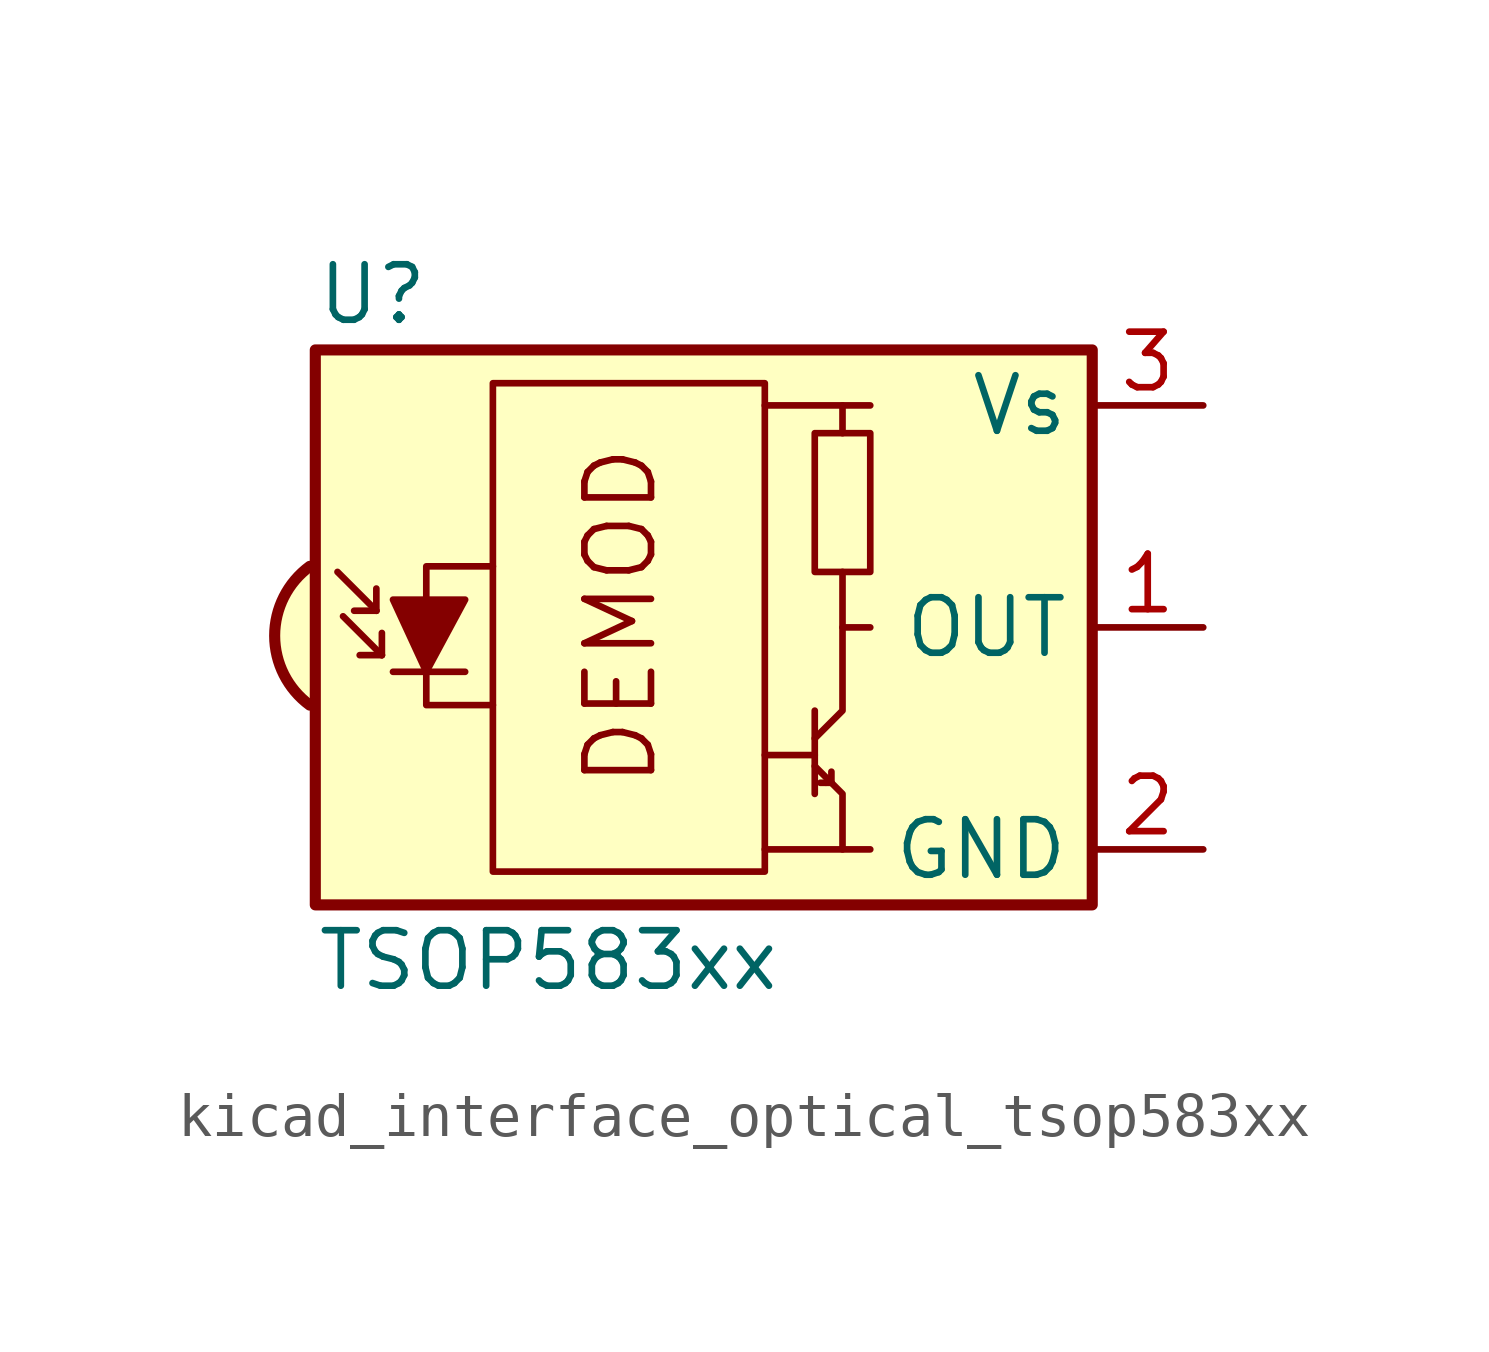
<source format=kicad_sym>
(kicad_symbol_lib
  (version 20220914)
  (generator kicad_symbol_editor)
  (symbol "kicad_interface_optical_tsop583xx"
    (property "Reference" "U"
      (at -10.16 7.62 0)
      (effects (font (size 1.27 1.27)) (justify left)))
    (property "Value" "TSOP583xx"
      (at -10.16 -7.62 0)
      (effects (font (size 1.27 1.27)) (justify left)))
    (symbol "kicad_interface_optical_tsop583xx_0_0"
      (arc (start -10.287 1.397) (mid -11.0899 -0.1852) (end -10.287 -1.778) (stroke (width 0.254) (type default)) (fill (type background)))
      (polyline (pts (xy 1.905 -5.08) (xy 0.127 -5.08)) (stroke (width 0) (type default)) (fill (type none)))
      (polyline (pts (xy 1.905 5.08) (xy 0.127 5.08)) (stroke (width 0) (type default)) (fill (type none)))
      (text "DEMOD" (at -3.175 0.254 900) (effects (font (size 1.524 1.524)))))
    (symbol "kicad_interface_optical_tsop583xx_0_1"
      (rectangle (start -6.096 5.588) (end 0.127 -5.588) (stroke (width 0) (type default)) (fill (type none)))
      (polyline (pts (xy -8.763 0.381) (xy -9.652 1.27)) (stroke (width 0) (type default)) (fill (type none)))
      (polyline (pts (xy -8.763 0.381) (xy -9.271 0.381)) (stroke (width 0) (type default)) (fill (type none)))
      (polyline (pts (xy -8.763 0.381) (xy -8.763 0.889)) (stroke (width 0) (type default)) (fill (type none)))
      (polyline (pts (xy -8.636 -0.635) (xy -9.525 0.254)) (stroke (width 0) (type default)) (fill (type none)))
      (polyline (pts (xy -8.636 -0.635) (xy -9.144 -0.635)) (stroke (width 0) (type default)) (fill (type none)))
      (polyline (pts (xy -8.636 -0.635) (xy -8.636 -0.127)) (stroke (width 0) (type default)) (fill (type none)))
      (polyline (pts (xy -8.382 -1.016) (xy -6.731 -1.016)) (stroke (width 0) (type default)) (fill (type none)))
      (polyline (pts (xy 1.27 -2.921) (xy 0.127 -2.921)) (stroke (width 0) (type default)) (fill (type none)))
      (polyline (pts (xy 1.27 -1.905) (xy 1.27 -3.81)) (stroke (width 0) (type default)) (fill (type none)))
      (polyline (pts (xy 1.397 -3.556) (xy 1.524 -3.556)) (stroke (width 0) (type default)) (fill (type none)))
      (polyline (pts (xy 1.651 -3.556) (xy 1.524 -3.556)) (stroke (width 0) (type default)) (fill (type none)))
      (polyline (pts (xy 1.651 -3.556) (xy 1.651 -3.302)) (stroke (width 0) (type default)) (fill (type none)))
      (polyline (pts (xy 1.905 0) (xy 1.905 1.27)) (stroke (width 0) (type default)) (fill (type none)))
      (polyline (pts (xy 1.905 4.445) (xy 1.905 5.08) (xy 2.54 5.08)) (stroke (width 0) (type default)) (fill (type none)))
      (polyline (pts (xy -8.382 0.635) (xy -6.731 0.635) (xy -7.62 -1.016) (xy -8.382 0.635)) (stroke (width 0) (type default)) (fill (type outline)))
      (polyline (pts (xy -6.096 1.397) (xy -7.62 1.397) (xy -7.62 -1.778) (xy -6.096 -1.778)) (stroke (width 0) (type default)) (fill (type none)))
      (polyline (pts (xy 1.27 -3.175) (xy 1.905 -3.81) (xy 1.905 -5.08) (xy 2.54 -5.08)) (stroke (width 0) (type default)) (fill (type none)))
      (polyline (pts (xy 1.27 -2.54) (xy 1.905 -1.905) (xy 1.905 0) (xy 2.54 0)) (stroke (width 0) (type default)) (fill (type none)))
      (rectangle (start 2.54 1.27) (end 1.27 4.445) (stroke (width 0) (type default)) (fill (type none)))
      (rectangle (start 7.62 6.35) (end -10.16 -6.35) (stroke (width 0.254) (type default)) (fill (type background))))
    (symbol "kicad_interface_optical_tsop583xx_1_1"
      (pin output line (at 10.16 0 180) (length 2.54) (name "OUT" (effects (font (size 1.27 1.27)))) (number "1" (effects (font (size 1.27 1.27)))))
      (pin power_in line (at 10.16 -5.08 180) (length 2.54) (name "GND" (effects (font (size 1.27 1.27)))) (number "2" (effects (font (size 1.27 1.27)))))
      (pin power_in line (at 10.16 5.08 180) (length 2.54) (name "Vs" (effects (font (size 1.27 1.27)))) (number "3" (effects (font (size 1.27 1.27))))))))
</source>
